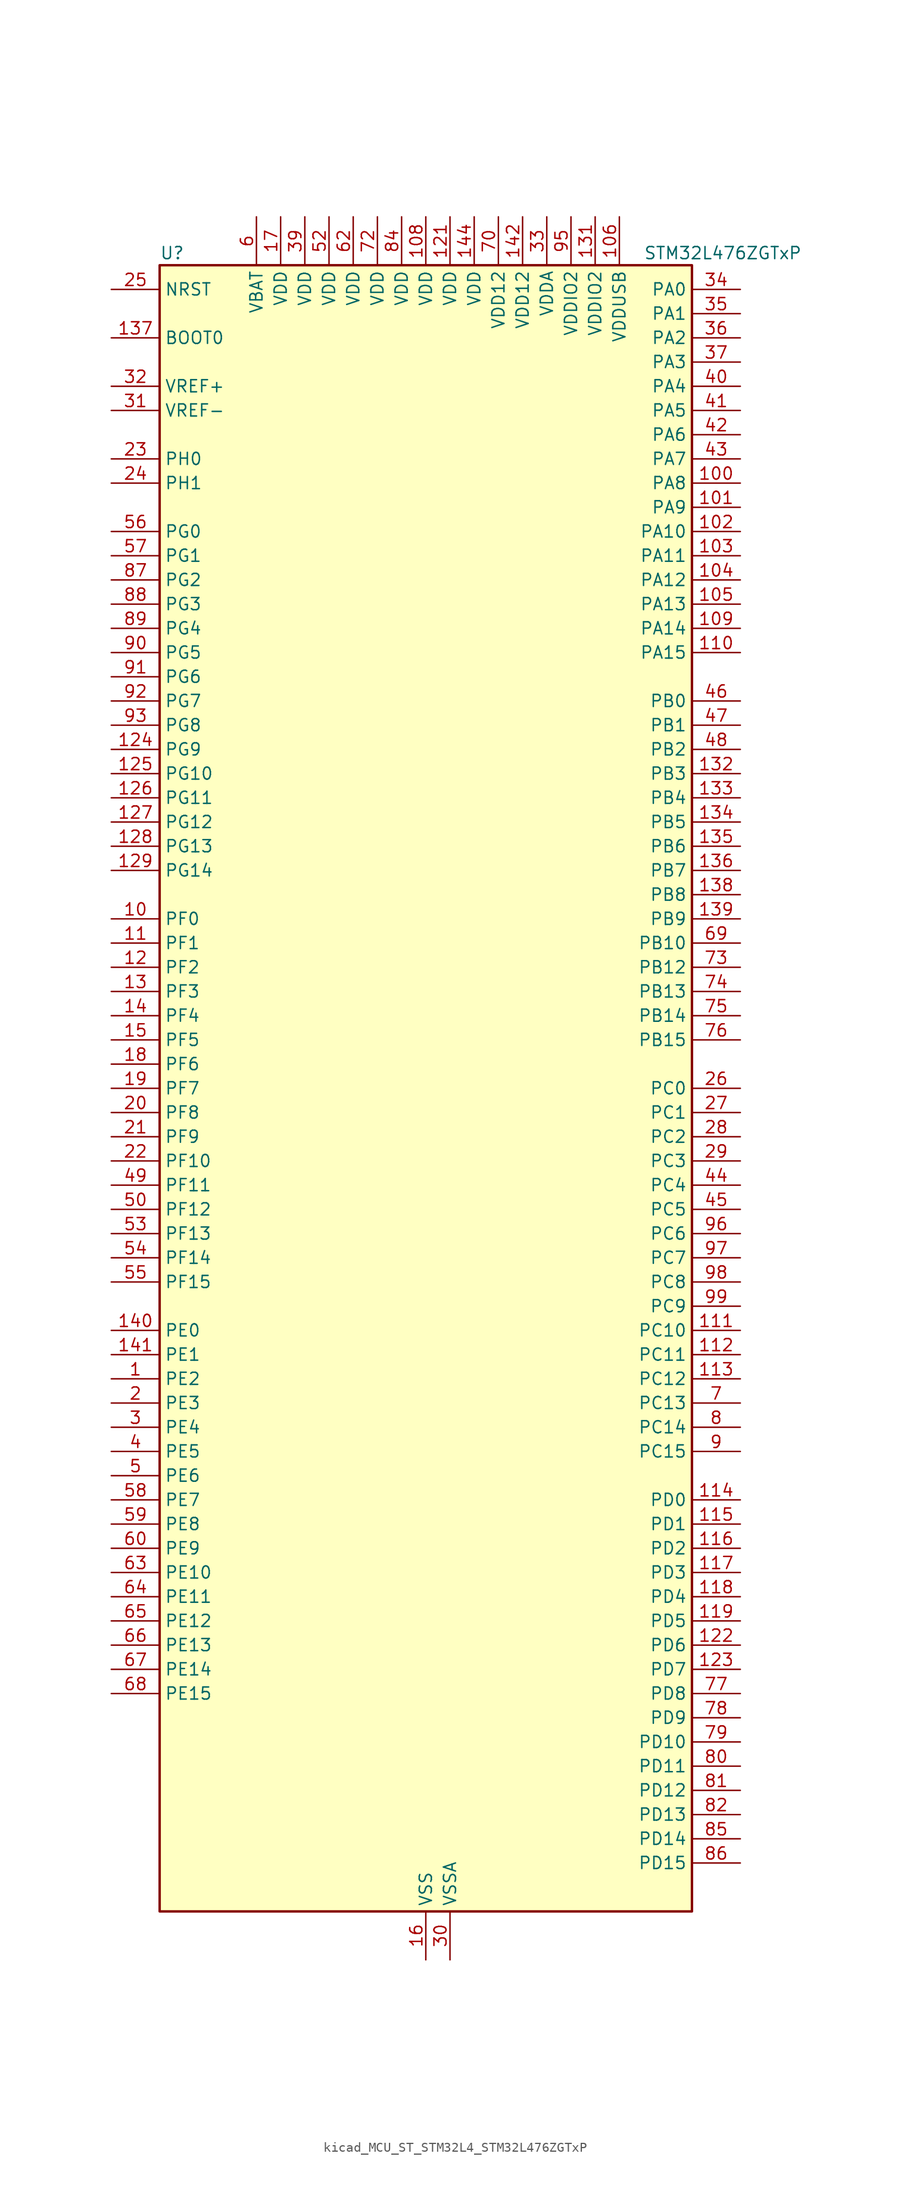
<source format=kicad_sym>
(kicad_symbol_lib
  (version 20220914)
  (generator kicad_symbol_editor)
  (symbol "kicad_MCU_ST_STM32L4_STM32L476ZGTxP"
    (property "Reference" "U"
      (at -27.94 87.63 0)
      (effects (font (size 1.27 1.27)) (justify left)))
    (property "Value" "STM32L476ZGTxP"
      (at 22.86 87.63 0)
      (effects (font (size 1.27 1.27)) (justify left)))
    (property "ki_locked" ""
      (at 0 0 0)
      (effects (font (size 1.27 1.27))))
    (symbol "kicad_MCU_ST_STM32L4_STM32L476ZGTxP_0_1"
      (rectangle (start -27.94 -86.36) (end 27.94 86.36) (stroke (width 0.254) (type default)) (fill (type background))))
    (symbol "kicad_MCU_ST_STM32L4_STM32L476ZGTxP_1_1"
      (pin bidirectional line (at -33.02 -30.48 0) (length 5.08) (name "PE2" (effects (font (size 1.27 1.27)))) (number "1" (effects (font (size 1.27 1.27)))) (alternate "FMC_A23" bidirectional line) (alternate "LCD_SEG38" bidirectional line) (alternate "SAI1_MCLK_A" bidirectional line) (alternate "SYS_TRACECLK" bidirectional line) (alternate "TIM3_ETR" bidirectional line) (alternate "TSC_G7_IO1" bidirectional line))
      (pin bidirectional line (at -33.02 17.78 0) (length 5.08) (name "PF0" (effects (font (size 1.27 1.27)))) (number "10" (effects (font (size 1.27 1.27)))) (alternate "FMC_A0" bidirectional line) (alternate "I2C2_SDA" bidirectional line))
      (pin bidirectional line (at 33.02 63.5 180) (length 5.08) (name "PA8" (effects (font (size 1.27 1.27)))) (number "100" (effects (font (size 1.27 1.27)))) (alternate "LCD_COM0" bidirectional line) (alternate "LPTIM2_OUT" bidirectional line) (alternate "RCC_MCO" bidirectional line) (alternate "TIM1_CH1" bidirectional line) (alternate "USART1_CK" bidirectional line) (alternate "USB_OTG_FS_SOF" bidirectional line))
      (pin bidirectional line (at 33.02 60.96 180) (length 5.08) (name "PA9" (effects (font (size 1.27 1.27)))) (number "101" (effects (font (size 1.27 1.27)))) (alternate "DAC1_EXTI9" bidirectional line) (alternate "LCD_COM1" bidirectional line) (alternate "TIM15_BKIN" bidirectional line) (alternate "TIM1_CH2" bidirectional line) (alternate "USART1_TX" bidirectional line) (alternate "USB_OTG_FS_VBUS" bidirectional line))
      (pin bidirectional line (at 33.02 58.42 180) (length 5.08) (name "PA10" (effects (font (size 1.27 1.27)))) (number "102" (effects (font (size 1.27 1.27)))) (alternate "LCD_COM2" bidirectional line) (alternate "TIM17_BKIN" bidirectional line) (alternate "TIM1_CH3" bidirectional line) (alternate "USART1_RX" bidirectional line) (alternate "USB_OTG_FS_ID" bidirectional line))
      (pin bidirectional line (at 33.02 55.88 180) (length 5.08) (name "PA11" (effects (font (size 1.27 1.27)))) (number "103" (effects (font (size 1.27 1.27)))) (alternate "ADC1_EXTI11" bidirectional line) (alternate "ADC2_EXTI11" bidirectional line) (alternate "ADC3_EXTI11" bidirectional line) (alternate "CAN1_RX" bidirectional line) (alternate "TIM1_BKIN2" bidirectional line) (alternate "TIM1_BKIN2_COMP1" bidirectional line) (alternate "TIM1_CH4" bidirectional line) (alternate "USART1_CTS" bidirectional line) (alternate "USB_OTG_FS_DM" bidirectional line))
      (pin bidirectional line (at 33.02 53.34 180) (length 5.08) (name "PA12" (effects (font (size 1.27 1.27)))) (number "104" (effects (font (size 1.27 1.27)))) (alternate "CAN1_TX" bidirectional line) (alternate "TIM1_ETR" bidirectional line) (alternate "USART1_DE" bidirectional line) (alternate "USART1_RTS" bidirectional line) (alternate "USB_OTG_FS_DP" bidirectional line))
      (pin bidirectional line (at 33.02 50.8 180) (length 5.08) (name "PA13" (effects (font (size 1.27 1.27)))) (number "105" (effects (font (size 1.27 1.27)))) (alternate "IR_OUT" bidirectional line) (alternate "SYS_JTMS-SWDIO" bidirectional line) (alternate "USB_OTG_FS_NOE" bidirectional line))
      (pin power_in line (at 20.32 91.44 270) (length 5.08) (name "VDDUSB" (effects (font (size 1.27 1.27)))) (number "106" (effects (font (size 1.27 1.27)))))
      (pin passive line (at 0 -91.44 90) (length 5.08) hide (name "VSS" (effects (font (size 1.27 1.27)))) (number "107" (effects (font (size 1.27 1.27)))))
      (pin power_in line (at 0 91.44 270) (length 5.08) (name "VDD" (effects (font (size 1.27 1.27)))) (number "108" (effects (font (size 1.27 1.27)))))
      (pin bidirectional line (at 33.02 48.26 180) (length 5.08) (name "PA14" (effects (font (size 1.27 1.27)))) (number "109" (effects (font (size 1.27 1.27)))) (alternate "SYS_JTCK-SWCLK" bidirectional line))
      (pin bidirectional line (at -33.02 15.24 0) (length 5.08) (name "PF1" (effects (font (size 1.27 1.27)))) (number "11" (effects (font (size 1.27 1.27)))) (alternate "FMC_A1" bidirectional line) (alternate "I2C2_SCL" bidirectional line))
      (pin bidirectional line (at 33.02 45.72 180) (length 5.08) (name "PA15" (effects (font (size 1.27 1.27)))) (number "110" (effects (font (size 1.27 1.27)))) (alternate "ADC1_EXTI15" bidirectional line) (alternate "ADC2_EXTI15" bidirectional line) (alternate "ADC3_EXTI15" bidirectional line) (alternate "LCD_SEG17" bidirectional line) (alternate "SAI2_FS_B" bidirectional line) (alternate "SPI1_NSS" bidirectional line) (alternate "SPI3_NSS" bidirectional line) (alternate "SYS_JTDI" bidirectional line) (alternate "TIM2_CH1" bidirectional line) (alternate "TIM2_ETR" bidirectional line) (alternate "TSC_G3_IO1" bidirectional line) (alternate "UART4_DE" bidirectional line) (alternate "UART4_RTS" bidirectional line))
      (pin bidirectional line (at 33.02 -25.4 180) (length 5.08) (name "PC10" (effects (font (size 1.27 1.27)))) (number "111" (effects (font (size 1.27 1.27)))) (alternate "LCD_COM4" bidirectional line) (alternate "LCD_SEG28" bidirectional line) (alternate "LCD_SEG40" bidirectional line) (alternate "SAI2_SCK_B" bidirectional line) (alternate "SDMMC1_D2" bidirectional line) (alternate "SPI3_SCK" bidirectional line) (alternate "TSC_G3_IO2" bidirectional line) (alternate "UART4_TX" bidirectional line) (alternate "USART3_TX" bidirectional line))
      (pin bidirectional line (at 33.02 -27.94 180) (length 5.08) (name "PC11" (effects (font (size 1.27 1.27)))) (number "112" (effects (font (size 1.27 1.27)))) (alternate "ADC1_EXTI11" bidirectional line) (alternate "ADC2_EXTI11" bidirectional line) (alternate "ADC3_EXTI11" bidirectional line) (alternate "LCD_COM5" bidirectional line) (alternate "LCD_SEG29" bidirectional line) (alternate "LCD_SEG41" bidirectional line) (alternate "SAI2_MCLK_B" bidirectional line) (alternate "SDMMC1_D3" bidirectional line) (alternate "SPI3_MISO" bidirectional line) (alternate "TSC_G3_IO3" bidirectional line) (alternate "UART4_RX" bidirectional line) (alternate "USART3_RX" bidirectional line))
      (pin bidirectional line (at 33.02 -30.48 180) (length 5.08) (name "PC12" (effects (font (size 1.27 1.27)))) (number "113" (effects (font (size 1.27 1.27)))) (alternate "LCD_COM6" bidirectional line) (alternate "LCD_SEG30" bidirectional line) (alternate "LCD_SEG42" bidirectional line) (alternate "SAI2_SD_B" bidirectional line) (alternate "SDMMC1_CK" bidirectional line) (alternate "SPI3_MOSI" bidirectional line) (alternate "TSC_G3_IO4" bidirectional line) (alternate "UART5_TX" bidirectional line) (alternate "USART3_CK" bidirectional line))
      (pin bidirectional line (at 33.02 -43.18 180) (length 5.08) (name "PD0" (effects (font (size 1.27 1.27)))) (number "114" (effects (font (size 1.27 1.27)))) (alternate "CAN1_RX" bidirectional line) (alternate "DFSDM1_DATIN7" bidirectional line) (alternate "FMC_D2" bidirectional line) (alternate "FMC_DA2" bidirectional line) (alternate "SPI2_NSS" bidirectional line))
      (pin bidirectional line (at 33.02 -45.72 180) (length 5.08) (name "PD1" (effects (font (size 1.27 1.27)))) (number "115" (effects (font (size 1.27 1.27)))) (alternate "CAN1_TX" bidirectional line) (alternate "DFSDM1_CKIN7" bidirectional line) (alternate "FMC_D3" bidirectional line) (alternate "FMC_DA3" bidirectional line) (alternate "SPI2_SCK" bidirectional line))
      (pin bidirectional line (at 33.02 -48.26 180) (length 5.08) (name "PD2" (effects (font (size 1.27 1.27)))) (number "116" (effects (font (size 1.27 1.27)))) (alternate "LCD_COM7" bidirectional line) (alternate "LCD_SEG31" bidirectional line) (alternate "LCD_SEG43" bidirectional line) (alternate "SDMMC1_CMD" bidirectional line) (alternate "TIM3_ETR" bidirectional line) (alternate "TSC_SYNC" bidirectional line) (alternate "UART5_RX" bidirectional line) (alternate "USART3_DE" bidirectional line) (alternate "USART3_RTS" bidirectional line))
      (pin bidirectional line (at 33.02 -50.8 180) (length 5.08) (name "PD3" (effects (font (size 1.27 1.27)))) (number "117" (effects (font (size 1.27 1.27)))) (alternate "DFSDM1_DATIN0" bidirectional line) (alternate "FMC_CLK" bidirectional line) (alternate "SPI2_MISO" bidirectional line) (alternate "USART2_CTS" bidirectional line))
      (pin bidirectional line (at 33.02 -53.34 180) (length 5.08) (name "PD4" (effects (font (size 1.27 1.27)))) (number "118" (effects (font (size 1.27 1.27)))) (alternate "DFSDM1_CKIN0" bidirectional line) (alternate "FMC_NOE" bidirectional line) (alternate "SPI2_MOSI" bidirectional line) (alternate "USART2_DE" bidirectional line) (alternate "USART2_RTS" bidirectional line))
      (pin bidirectional line (at 33.02 -55.88 180) (length 5.08) (name "PD5" (effects (font (size 1.27 1.27)))) (number "119" (effects (font (size 1.27 1.27)))) (alternate "FMC_NWE" bidirectional line) (alternate "USART2_TX" bidirectional line))
      (pin bidirectional line (at -33.02 12.7 0) (length 5.08) (name "PF2" (effects (font (size 1.27 1.27)))) (number "12" (effects (font (size 1.27 1.27)))) (alternate "FMC_A2" bidirectional line) (alternate "I2C2_SMBA" bidirectional line))
      (pin passive line (at 0 -91.44 90) (length 5.08) hide (name "VSS" (effects (font (size 1.27 1.27)))) (number "120" (effects (font (size 1.27 1.27)))))
      (pin power_in line (at 2.54 91.44 270) (length 5.08) (name "VDD" (effects (font (size 1.27 1.27)))) (number "121" (effects (font (size 1.27 1.27)))))
      (pin bidirectional line (at 33.02 -58.42 180) (length 5.08) (name "PD6" (effects (font (size 1.27 1.27)))) (number "122" (effects (font (size 1.27 1.27)))) (alternate "DFSDM1_DATIN1" bidirectional line) (alternate "FMC_NWAIT" bidirectional line) (alternate "SAI1_SD_A" bidirectional line) (alternate "USART2_RX" bidirectional line))
      (pin bidirectional line (at 33.02 -60.96 180) (length 5.08) (name "PD7" (effects (font (size 1.27 1.27)))) (number "123" (effects (font (size 1.27 1.27)))) (alternate "DFSDM1_CKIN1" bidirectional line) (alternate "FMC_NE1" bidirectional line) (alternate "USART2_CK" bidirectional line))
      (pin bidirectional line (at -33.02 35.56 0) (length 5.08) (name "PG9" (effects (font (size 1.27 1.27)))) (number "124" (effects (font (size 1.27 1.27)))) (alternate "DAC1_EXTI9" bidirectional line) (alternate "FMC_NCE3" bidirectional line) (alternate "FMC_NE2" bidirectional line) (alternate "SAI2_SCK_A" bidirectional line) (alternate "SPI3_SCK" bidirectional line) (alternate "TIM15_CH1N" bidirectional line) (alternate "USART1_TX" bidirectional line))
      (pin bidirectional line (at -33.02 33.02 0) (length 5.08) (name "PG10" (effects (font (size 1.27 1.27)))) (number "125" (effects (font (size 1.27 1.27)))) (alternate "FMC_NE3" bidirectional line) (alternate "LPTIM1_IN1" bidirectional line) (alternate "SAI2_FS_A" bidirectional line) (alternate "SPI3_MISO" bidirectional line) (alternate "TIM15_CH1" bidirectional line) (alternate "USART1_RX" bidirectional line))
      (pin bidirectional line (at -33.02 30.48 0) (length 5.08) (name "PG11" (effects (font (size 1.27 1.27)))) (number "126" (effects (font (size 1.27 1.27)))) (alternate "ADC1_EXTI11" bidirectional line) (alternate "ADC2_EXTI11" bidirectional line) (alternate "ADC3_EXTI11" bidirectional line) (alternate "LPTIM1_IN2" bidirectional line) (alternate "SAI2_MCLK_A" bidirectional line) (alternate "SPI3_MOSI" bidirectional line) (alternate "TIM15_CH2" bidirectional line) (alternate "USART1_CTS" bidirectional line))
      (pin bidirectional line (at -33.02 27.94 0) (length 5.08) (name "PG12" (effects (font (size 1.27 1.27)))) (number "127" (effects (font (size 1.27 1.27)))) (alternate "FMC_NE4" bidirectional line) (alternate "LPTIM1_ETR" bidirectional line) (alternate "SAI2_SD_A" bidirectional line) (alternate "SPI3_NSS" bidirectional line) (alternate "USART1_DE" bidirectional line) (alternate "USART1_RTS" bidirectional line))
      (pin bidirectional line (at -33.02 25.4 0) (length 5.08) (name "PG13" (effects (font (size 1.27 1.27)))) (number "128" (effects (font (size 1.27 1.27)))) (alternate "FMC_A24" bidirectional line) (alternate "I2C1_SDA" bidirectional line) (alternate "USART1_CK" bidirectional line))
      (pin bidirectional line (at -33.02 22.86 0) (length 5.08) (name "PG14" (effects (font (size 1.27 1.27)))) (number "129" (effects (font (size 1.27 1.27)))) (alternate "FMC_A25" bidirectional line) (alternate "I2C1_SCL" bidirectional line))
      (pin bidirectional line (at -33.02 10.16 0) (length 5.08) (name "PF3" (effects (font (size 1.27 1.27)))) (number "13" (effects (font (size 1.27 1.27)))) (alternate "ADC3_IN6" bidirectional line) (alternate "FMC_A3" bidirectional line))
      (pin passive line (at 0 -91.44 90) (length 5.08) hide (name "VSS" (effects (font (size 1.27 1.27)))) (number "130" (effects (font (size 1.27 1.27)))))
      (pin power_in line (at 17.78 91.44 270) (length 5.08) (name "VDDIO2" (effects (font (size 1.27 1.27)))) (number "131" (effects (font (size 1.27 1.27)))))
      (pin bidirectional line (at 33.02 33.02 180) (length 5.08) (name "PB3" (effects (font (size 1.27 1.27)))) (number "132" (effects (font (size 1.27 1.27)))) (alternate "COMP2_INM" bidirectional line) (alternate "LCD_SEG7" bidirectional line) (alternate "SAI1_SCK_B" bidirectional line) (alternate "SPI1_SCK" bidirectional line) (alternate "SPI3_SCK" bidirectional line) (alternate "SYS_JTDO-SWO" bidirectional line) (alternate "TIM2_CH2" bidirectional line) (alternate "USART1_DE" bidirectional line) (alternate "USART1_RTS" bidirectional line))
      (pin bidirectional line (at 33.02 30.48 180) (length 5.08) (name "PB4" (effects (font (size 1.27 1.27)))) (number "133" (effects (font (size 1.27 1.27)))) (alternate "COMP2_INP" bidirectional line) (alternate "LCD_SEG8" bidirectional line) (alternate "SAI1_MCLK_B" bidirectional line) (alternate "SPI1_MISO" bidirectional line) (alternate "SPI3_MISO" bidirectional line) (alternate "SYS_JTRST" bidirectional line) (alternate "TIM17_BKIN" bidirectional line) (alternate "TIM3_CH1" bidirectional line) (alternate "TSC_G2_IO1" bidirectional line) (alternate "UART5_DE" bidirectional line) (alternate "UART5_RTS" bidirectional line) (alternate "USART1_CTS" bidirectional line))
      (pin bidirectional line (at 33.02 27.94 180) (length 5.08) (name "PB5" (effects (font (size 1.27 1.27)))) (number "134" (effects (font (size 1.27 1.27)))) (alternate "COMP2_OUT" bidirectional line) (alternate "I2C1_SMBA" bidirectional line) (alternate "LCD_SEG9" bidirectional line) (alternate "LPTIM1_IN1" bidirectional line) (alternate "SAI1_SD_B" bidirectional line) (alternate "SPI1_MOSI" bidirectional line) (alternate "SPI3_MOSI" bidirectional line) (alternate "TIM16_BKIN" bidirectional line) (alternate "TIM3_CH2" bidirectional line) (alternate "TSC_G2_IO2" bidirectional line) (alternate "UART5_CTS" bidirectional line) (alternate "USART1_CK" bidirectional line))
      (pin bidirectional line (at 33.02 25.4 180) (length 5.08) (name "PB6" (effects (font (size 1.27 1.27)))) (number "135" (effects (font (size 1.27 1.27)))) (alternate "COMP2_INP" bidirectional line) (alternate "DFSDM1_DATIN5" bidirectional line) (alternate "I2C1_SCL" bidirectional line) (alternate "LPTIM1_ETR" bidirectional line) (alternate "SAI1_FS_B" bidirectional line) (alternate "TIM16_CH1N" bidirectional line) (alternate "TIM4_CH1" bidirectional line) (alternate "TIM8_BKIN2" bidirectional line) (alternate "TIM8_BKIN2_COMP2" bidirectional line) (alternate "TSC_G2_IO3" bidirectional line) (alternate "USART1_TX" bidirectional line))
      (pin bidirectional line (at 33.02 22.86 180) (length 5.08) (name "PB7" (effects (font (size 1.27 1.27)))) (number "136" (effects (font (size 1.27 1.27)))) (alternate "COMP2_INM" bidirectional line) (alternate "DFSDM1_CKIN5" bidirectional line) (alternate "FMC_NL" bidirectional line) (alternate "I2C1_SDA" bidirectional line) (alternate "LCD_SEG21" bidirectional line) (alternate "LPTIM1_IN2" bidirectional line) (alternate "SYS_PVD_IN" bidirectional line) (alternate "TIM17_CH1N" bidirectional line) (alternate "TIM4_CH2" bidirectional line) (alternate "TIM8_BKIN" bidirectional line) (alternate "TIM8_BKIN_COMP1" bidirectional line) (alternate "TSC_G2_IO4" bidirectional line) (alternate "UART4_CTS" bidirectional line) (alternate "USART1_RX" bidirectional line))
      (pin input line (at -33.02 78.74 0) (length 5.08) (name "BOOT0" (effects (font (size 1.27 1.27)))) (number "137" (effects (font (size 1.27 1.27)))))
      (pin bidirectional line (at 33.02 20.32 180) (length 5.08) (name "PB8" (effects (font (size 1.27 1.27)))) (number "138" (effects (font (size 1.27 1.27)))) (alternate "CAN1_RX" bidirectional line) (alternate "DFSDM1_DATIN6" bidirectional line) (alternate "I2C1_SCL" bidirectional line) (alternate "LCD_SEG16" bidirectional line) (alternate "SAI1_MCLK_A" bidirectional line) (alternate "SDMMC1_D4" bidirectional line) (alternate "TIM16_CH1" bidirectional line) (alternate "TIM4_CH3" bidirectional line))
      (pin bidirectional line (at 33.02 17.78 180) (length 5.08) (name "PB9" (effects (font (size 1.27 1.27)))) (number "139" (effects (font (size 1.27 1.27)))) (alternate "CAN1_TX" bidirectional line) (alternate "DAC1_EXTI9" bidirectional line) (alternate "DFSDM1_CKIN6" bidirectional line) (alternate "I2C1_SDA" bidirectional line) (alternate "IR_OUT" bidirectional line) (alternate "LCD_COM3" bidirectional line) (alternate "SAI1_FS_A" bidirectional line) (alternate "SDMMC1_D5" bidirectional line) (alternate "SPI2_NSS" bidirectional line) (alternate "TIM17_CH1" bidirectional line) (alternate "TIM4_CH4" bidirectional line))
      (pin bidirectional line (at -33.02 7.62 0) (length 5.08) (name "PF4" (effects (font (size 1.27 1.27)))) (number "14" (effects (font (size 1.27 1.27)))) (alternate "ADC3_IN7" bidirectional line) (alternate "FMC_A4" bidirectional line))
      (pin bidirectional line (at -33.02 -25.4 0) (length 5.08) (name "PE0" (effects (font (size 1.27 1.27)))) (number "140" (effects (font (size 1.27 1.27)))) (alternate "FMC_NBL0" bidirectional line) (alternate "LCD_SEG36" bidirectional line) (alternate "TIM16_CH1" bidirectional line) (alternate "TIM4_ETR" bidirectional line))
      (pin bidirectional line (at -33.02 -27.94 0) (length 5.08) (name "PE1" (effects (font (size 1.27 1.27)))) (number "141" (effects (font (size 1.27 1.27)))) (alternate "FMC_NBL1" bidirectional line) (alternate "LCD_SEG37" bidirectional line) (alternate "TIM17_CH1" bidirectional line))
      (pin power_in line (at 10.16 91.44 270) (length 5.08) (name "VDD12" (effects (font (size 1.27 1.27)))) (number "142" (effects (font (size 1.27 1.27)))))
      (pin passive line (at 0 -91.44 90) (length 5.08) hide (name "VSS" (effects (font (size 1.27 1.27)))) (number "143" (effects (font (size 1.27 1.27)))))
      (pin power_in line (at 5.08 91.44 270) (length 5.08) (name "VDD" (effects (font (size 1.27 1.27)))) (number "144" (effects (font (size 1.27 1.27)))))
      (pin bidirectional line (at -33.02 5.08 0) (length 5.08) (name "PF5" (effects (font (size 1.27 1.27)))) (number "15" (effects (font (size 1.27 1.27)))) (alternate "ADC3_IN8" bidirectional line) (alternate "FMC_A5" bidirectional line))
      (pin power_in line (at 0 -91.44 90) (length 5.08) (name "VSS" (effects (font (size 1.27 1.27)))) (number "16" (effects (font (size 1.27 1.27)))))
      (pin power_in line (at -15.24 91.44 270) (length 5.08) (name "VDD" (effects (font (size 1.27 1.27)))) (number "17" (effects (font (size 1.27 1.27)))))
      (pin bidirectional line (at -33.02 2.54 0) (length 5.08) (name "PF6" (effects (font (size 1.27 1.27)))) (number "18" (effects (font (size 1.27 1.27)))) (alternate "ADC3_IN9" bidirectional line) (alternate "SAI1_SD_B" bidirectional line) (alternate "TIM5_CH1" bidirectional line) (alternate "TIM5_ETR" bidirectional line))
      (pin bidirectional line (at -33.02 0 0) (length 5.08) (name "PF7" (effects (font (size 1.27 1.27)))) (number "19" (effects (font (size 1.27 1.27)))) (alternate "ADC3_IN10" bidirectional line) (alternate "SAI1_MCLK_B" bidirectional line) (alternate "TIM5_CH2" bidirectional line))
      (pin bidirectional line (at -33.02 -33.02 0) (length 5.08) (name "PE3" (effects (font (size 1.27 1.27)))) (number "2" (effects (font (size 1.27 1.27)))) (alternate "FMC_A19" bidirectional line) (alternate "LCD_SEG39" bidirectional line) (alternate "SAI1_SD_B" bidirectional line) (alternate "SYS_TRACED0" bidirectional line) (alternate "TIM3_CH1" bidirectional line) (alternate "TSC_G7_IO2" bidirectional line))
      (pin bidirectional line (at -33.02 -2.54 0) (length 5.08) (name "PF8" (effects (font (size 1.27 1.27)))) (number "20" (effects (font (size 1.27 1.27)))) (alternate "ADC3_IN11" bidirectional line) (alternate "SAI1_SCK_B" bidirectional line) (alternate "TIM5_CH3" bidirectional line))
      (pin bidirectional line (at -33.02 -5.08 0) (length 5.08) (name "PF9" (effects (font (size 1.27 1.27)))) (number "21" (effects (font (size 1.27 1.27)))) (alternate "ADC3_IN12" bidirectional line) (alternate "DAC1_EXTI9" bidirectional line) (alternate "SAI1_FS_B" bidirectional line) (alternate "TIM15_CH1" bidirectional line) (alternate "TIM5_CH4" bidirectional line))
      (pin bidirectional line (at -33.02 -7.62 0) (length 5.08) (name "PF10" (effects (font (size 1.27 1.27)))) (number "22" (effects (font (size 1.27 1.27)))) (alternate "ADC3_IN13" bidirectional line) (alternate "TIM15_CH2" bidirectional line))
      (pin bidirectional line (at -33.02 66.04 0) (length 5.08) (name "PH0" (effects (font (size 1.27 1.27)))) (number "23" (effects (font (size 1.27 1.27)))) (alternate "RCC_OSC_IN" bidirectional line))
      (pin bidirectional line (at -33.02 63.5 0) (length 5.08) (name "PH1" (effects (font (size 1.27 1.27)))) (number "24" (effects (font (size 1.27 1.27)))) (alternate "RCC_OSC_OUT" bidirectional line))
      (pin input line (at -33.02 83.82 0) (length 5.08) (name "NRST" (effects (font (size 1.27 1.27)))) (number "25" (effects (font (size 1.27 1.27)))))
      (pin bidirectional line (at 33.02 0 180) (length 5.08) (name "PC0" (effects (font (size 1.27 1.27)))) (number "26" (effects (font (size 1.27 1.27)))) (alternate "ADC1_IN1" bidirectional line) (alternate "ADC2_IN1" bidirectional line) (alternate "ADC3_IN1" bidirectional line) (alternate "DFSDM1_DATIN4" bidirectional line) (alternate "I2C3_SCL" bidirectional line) (alternate "LCD_SEG18" bidirectional line) (alternate "LPTIM1_IN1" bidirectional line) (alternate "LPTIM2_IN1" bidirectional line) (alternate "LPUART1_RX" bidirectional line))
      (pin bidirectional line (at 33.02 -2.54 180) (length 5.08) (name "PC1" (effects (font (size 1.27 1.27)))) (number "27" (effects (font (size 1.27 1.27)))) (alternate "ADC1_IN2" bidirectional line) (alternate "ADC2_IN2" bidirectional line) (alternate "ADC3_IN2" bidirectional line) (alternate "DFSDM1_CKIN4" bidirectional line) (alternate "I2C3_SDA" bidirectional line) (alternate "LCD_SEG19" bidirectional line) (alternate "LPTIM1_OUT" bidirectional line) (alternate "LPUART1_TX" bidirectional line))
      (pin bidirectional line (at 33.02 -5.08 180) (length 5.08) (name "PC2" (effects (font (size 1.27 1.27)))) (number "28" (effects (font (size 1.27 1.27)))) (alternate "ADC1_IN3" bidirectional line) (alternate "ADC2_IN3" bidirectional line) (alternate "ADC3_IN3" bidirectional line) (alternate "DFSDM1_CKOUT" bidirectional line) (alternate "LCD_SEG20" bidirectional line) (alternate "LPTIM1_IN2" bidirectional line) (alternate "SPI2_MISO" bidirectional line))
      (pin bidirectional line (at 33.02 -7.62 180) (length 5.08) (name "PC3" (effects (font (size 1.27 1.27)))) (number "29" (effects (font (size 1.27 1.27)))) (alternate "ADC1_IN4" bidirectional line) (alternate "ADC2_IN4" bidirectional line) (alternate "ADC3_IN4" bidirectional line) (alternate "LCD_VLCD" bidirectional line) (alternate "LPTIM1_ETR" bidirectional line) (alternate "LPTIM2_ETR" bidirectional line) (alternate "SAI1_SD_A" bidirectional line) (alternate "SPI2_MOSI" bidirectional line))
      (pin bidirectional line (at -33.02 -35.56 0) (length 5.08) (name "PE4" (effects (font (size 1.27 1.27)))) (number "3" (effects (font (size 1.27 1.27)))) (alternate "DFSDM1_DATIN3" bidirectional line) (alternate "FMC_A20" bidirectional line) (alternate "SAI1_FS_A" bidirectional line) (alternate "SYS_TRACED1" bidirectional line) (alternate "TIM3_CH2" bidirectional line) (alternate "TSC_G7_IO3" bidirectional line))
      (pin power_in line (at 2.54 -91.44 90) (length 5.08) (name "VSSA" (effects (font (size 1.27 1.27)))) (number "30" (effects (font (size 1.27 1.27)))))
      (pin input line (at -33.02 71.12 0) (length 5.08) (name "VREF-" (effects (font (size 1.27 1.27)))) (number "31" (effects (font (size 1.27 1.27)))))
      (pin input line (at -33.02 73.66 0) (length 5.08) (name "VREF+" (effects (font (size 1.27 1.27)))) (number "32" (effects (font (size 1.27 1.27)))) (alternate "VREFBUF_OUT" bidirectional line))
      (pin power_in line (at 12.7 91.44 270) (length 5.08) (name "VDDA" (effects (font (size 1.27 1.27)))) (number "33" (effects (font (size 1.27 1.27)))))
      (pin bidirectional line (at 33.02 83.82 180) (length 5.08) (name "PA0" (effects (font (size 1.27 1.27)))) (number "34" (effects (font (size 1.27 1.27)))) (alternate "ADC1_IN5" bidirectional line) (alternate "ADC2_IN5" bidirectional line) (alternate "OPAMP1_VINP" bidirectional line) (alternate "RTC_TAMP2" bidirectional line) (alternate "SAI1_EXTCLK" bidirectional line) (alternate "SYS_WKUP1" bidirectional line) (alternate "TIM2_CH1" bidirectional line) (alternate "TIM2_ETR" bidirectional line) (alternate "TIM5_CH1" bidirectional line) (alternate "TIM8_ETR" bidirectional line) (alternate "UART4_TX" bidirectional line) (alternate "USART2_CTS" bidirectional line))
      (pin bidirectional line (at 33.02 81.28 180) (length 5.08) (name "PA1" (effects (font (size 1.27 1.27)))) (number "35" (effects (font (size 1.27 1.27)))) (alternate "ADC1_IN6" bidirectional line) (alternate "ADC2_IN6" bidirectional line) (alternate "LCD_SEG0" bidirectional line) (alternate "OPAMP1_VINM" bidirectional line) (alternate "TIM15_CH1N" bidirectional line) (alternate "TIM2_CH2" bidirectional line) (alternate "TIM5_CH2" bidirectional line) (alternate "UART4_RX" bidirectional line) (alternate "USART2_DE" bidirectional line) (alternate "USART2_RTS" bidirectional line))
      (pin bidirectional line (at 33.02 78.74 180) (length 5.08) (name "PA2" (effects (font (size 1.27 1.27)))) (number "36" (effects (font (size 1.27 1.27)))) (alternate "ADC1_IN7" bidirectional line) (alternate "ADC2_IN7" bidirectional line) (alternate "LCD_SEG1" bidirectional line) (alternate "RCC_LSCO" bidirectional line) (alternate "SAI2_EXTCLK" bidirectional line) (alternate "SYS_WKUP4" bidirectional line) (alternate "TIM15_CH1" bidirectional line) (alternate "TIM2_CH3" bidirectional line) (alternate "TIM5_CH3" bidirectional line) (alternate "USART2_TX" bidirectional line))
      (pin bidirectional line (at 33.02 76.2 180) (length 5.08) (name "PA3" (effects (font (size 1.27 1.27)))) (number "37" (effects (font (size 1.27 1.27)))) (alternate "ADC1_IN8" bidirectional line) (alternate "ADC2_IN8" bidirectional line) (alternate "LCD_SEG2" bidirectional line) (alternate "OPAMP1_VOUT" bidirectional line) (alternate "TIM15_CH2" bidirectional line) (alternate "TIM2_CH4" bidirectional line) (alternate "TIM5_CH4" bidirectional line) (alternate "USART2_RX" bidirectional line))
      (pin passive line (at 0 -91.44 90) (length 5.08) hide (name "VSS" (effects (font (size 1.27 1.27)))) (number "38" (effects (font (size 1.27 1.27)))))
      (pin power_in line (at -12.7 91.44 270) (length 5.08) (name "VDD" (effects (font (size 1.27 1.27)))) (number "39" (effects (font (size 1.27 1.27)))))
      (pin bidirectional line (at -33.02 -38.1 0) (length 5.08) (name "PE5" (effects (font (size 1.27 1.27)))) (number "4" (effects (font (size 1.27 1.27)))) (alternate "DFSDM1_CKIN3" bidirectional line) (alternate "FMC_A21" bidirectional line) (alternate "SAI1_SCK_A" bidirectional line) (alternate "SYS_TRACED2" bidirectional line) (alternate "TIM3_CH3" bidirectional line) (alternate "TSC_G7_IO4" bidirectional line))
      (pin bidirectional line (at 33.02 73.66 180) (length 5.08) (name "PA4" (effects (font (size 1.27 1.27)))) (number "40" (effects (font (size 1.27 1.27)))) (alternate "ADC1_IN9" bidirectional line) (alternate "ADC2_IN9" bidirectional line) (alternate "DAC1_OUT1" bidirectional line) (alternate "LPTIM2_OUT" bidirectional line) (alternate "SAI1_FS_B" bidirectional line) (alternate "SPI1_NSS" bidirectional line) (alternate "SPI3_NSS" bidirectional line) (alternate "USART2_CK" bidirectional line))
      (pin bidirectional line (at 33.02 71.12 180) (length 5.08) (name "PA5" (effects (font (size 1.27 1.27)))) (number "41" (effects (font (size 1.27 1.27)))) (alternate "ADC1_IN10" bidirectional line) (alternate "ADC2_IN10" bidirectional line) (alternate "DAC1_OUT2" bidirectional line) (alternate "LPTIM2_ETR" bidirectional line) (alternate "SPI1_SCK" bidirectional line) (alternate "TIM2_CH1" bidirectional line) (alternate "TIM2_ETR" bidirectional line) (alternate "TIM8_CH1N" bidirectional line))
      (pin bidirectional line (at 33.02 68.58 180) (length 5.08) (name "PA6" (effects (font (size 1.27 1.27)))) (number "42" (effects (font (size 1.27 1.27)))) (alternate "ADC1_IN11" bidirectional line) (alternate "ADC2_IN11" bidirectional line) (alternate "LCD_SEG3" bidirectional line) (alternate "OPAMP2_VINP" bidirectional line) (alternate "QUADSPI_BK1_IO3" bidirectional line) (alternate "SPI1_MISO" bidirectional line) (alternate "TIM16_CH1" bidirectional line) (alternate "TIM1_BKIN" bidirectional line) (alternate "TIM1_BKIN_COMP2" bidirectional line) (alternate "TIM3_CH1" bidirectional line) (alternate "TIM8_BKIN" bidirectional line) (alternate "TIM8_BKIN_COMP2" bidirectional line) (alternate "USART3_CTS" bidirectional line))
      (pin bidirectional line (at 33.02 66.04 180) (length 5.08) (name "PA7" (effects (font (size 1.27 1.27)))) (number "43" (effects (font (size 1.27 1.27)))) (alternate "ADC1_IN12" bidirectional line) (alternate "ADC2_IN12" bidirectional line) (alternate "LCD_SEG4" bidirectional line) (alternate "OPAMP2_VINM" bidirectional line) (alternate "QUADSPI_BK1_IO2" bidirectional line) (alternate "SPI1_MOSI" bidirectional line) (alternate "TIM17_CH1" bidirectional line) (alternate "TIM1_CH1N" bidirectional line) (alternate "TIM3_CH2" bidirectional line) (alternate "TIM8_CH1N" bidirectional line))
      (pin bidirectional line (at 33.02 -10.16 180) (length 5.08) (name "PC4" (effects (font (size 1.27 1.27)))) (number "44" (effects (font (size 1.27 1.27)))) (alternate "ADC1_IN13" bidirectional line) (alternate "ADC2_IN13" bidirectional line) (alternate "COMP1_INM" bidirectional line) (alternate "LCD_SEG22" bidirectional line) (alternate "USART3_TX" bidirectional line))
      (pin bidirectional line (at 33.02 -12.7 180) (length 5.08) (name "PC5" (effects (font (size 1.27 1.27)))) (number "45" (effects (font (size 1.27 1.27)))) (alternate "ADC1_IN14" bidirectional line) (alternate "ADC2_IN14" bidirectional line) (alternate "COMP1_INP" bidirectional line) (alternate "LCD_SEG23" bidirectional line) (alternate "SYS_WKUP5" bidirectional line) (alternate "USART3_RX" bidirectional line))
      (pin bidirectional line (at 33.02 40.64 180) (length 5.08) (name "PB0" (effects (font (size 1.27 1.27)))) (number "46" (effects (font (size 1.27 1.27)))) (alternate "ADC1_IN15" bidirectional line) (alternate "ADC2_IN15" bidirectional line) (alternate "COMP1_OUT" bidirectional line) (alternate "LCD_SEG5" bidirectional line) (alternate "OPAMP2_VOUT" bidirectional line) (alternate "QUADSPI_BK1_IO1" bidirectional line) (alternate "TIM1_CH2N" bidirectional line) (alternate "TIM3_CH3" bidirectional line) (alternate "TIM8_CH2N" bidirectional line) (alternate "USART3_CK" bidirectional line))
      (pin bidirectional line (at 33.02 38.1 180) (length 5.08) (name "PB1" (effects (font (size 1.27 1.27)))) (number "47" (effects (font (size 1.27 1.27)))) (alternate "ADC1_IN16" bidirectional line) (alternate "ADC2_IN16" bidirectional line) (alternate "COMP1_INM" bidirectional line) (alternate "DFSDM1_DATIN0" bidirectional line) (alternate "LCD_SEG6" bidirectional line) (alternate "LPTIM2_IN1" bidirectional line) (alternate "QUADSPI_BK1_IO0" bidirectional line) (alternate "TIM1_CH3N" bidirectional line) (alternate "TIM3_CH4" bidirectional line) (alternate "TIM8_CH3N" bidirectional line) (alternate "USART3_DE" bidirectional line) (alternate "USART3_RTS" bidirectional line))
      (pin bidirectional line (at 33.02 35.56 180) (length 5.08) (name "PB2" (effects (font (size 1.27 1.27)))) (number "48" (effects (font (size 1.27 1.27)))) (alternate "COMP1_INP" bidirectional line) (alternate "DFSDM1_CKIN0" bidirectional line) (alternate "I2C3_SMBA" bidirectional line) (alternate "LPTIM1_OUT" bidirectional line) (alternate "RTC_OUT_ALARM" bidirectional line) (alternate "RTC_OUT_CALIB" bidirectional line))
      (pin bidirectional line (at -33.02 -10.16 0) (length 5.08) (name "PF11" (effects (font (size 1.27 1.27)))) (number "49" (effects (font (size 1.27 1.27)))) (alternate "ADC1_EXTI11" bidirectional line) (alternate "ADC2_EXTI11" bidirectional line) (alternate "ADC3_EXTI11" bidirectional line))
      (pin bidirectional line (at -33.02 -40.64 0) (length 5.08) (name "PE6" (effects (font (size 1.27 1.27)))) (number "5" (effects (font (size 1.27 1.27)))) (alternate "FMC_A22" bidirectional line) (alternate "RTC_TAMP3" bidirectional line) (alternate "SAI1_SD_A" bidirectional line) (alternate "SYS_TRACED3" bidirectional line) (alternate "SYS_WKUP3" bidirectional line) (alternate "TIM3_CH4" bidirectional line))
      (pin bidirectional line (at -33.02 -12.7 0) (length 5.08) (name "PF12" (effects (font (size 1.27 1.27)))) (number "50" (effects (font (size 1.27 1.27)))) (alternate "FMC_A6" bidirectional line))
      (pin passive line (at 0 -91.44 90) (length 5.08) hide (name "VSS" (effects (font (size 1.27 1.27)))) (number "51" (effects (font (size 1.27 1.27)))))
      (pin power_in line (at -10.16 91.44 270) (length 5.08) (name "VDD" (effects (font (size 1.27 1.27)))) (number "52" (effects (font (size 1.27 1.27)))))
      (pin bidirectional line (at -33.02 -15.24 0) (length 5.08) (name "PF13" (effects (font (size 1.27 1.27)))) (number "53" (effects (font (size 1.27 1.27)))) (alternate "DFSDM1_DATIN6" bidirectional line) (alternate "FMC_A7" bidirectional line))
      (pin bidirectional line (at -33.02 -17.78 0) (length 5.08) (name "PF14" (effects (font (size 1.27 1.27)))) (number "54" (effects (font (size 1.27 1.27)))) (alternate "DFSDM1_CKIN6" bidirectional line) (alternate "FMC_A8" bidirectional line) (alternate "TSC_G8_IO1" bidirectional line))
      (pin bidirectional line (at -33.02 -20.32 0) (length 5.08) (name "PF15" (effects (font (size 1.27 1.27)))) (number "55" (effects (font (size 1.27 1.27)))) (alternate "ADC1_EXTI15" bidirectional line) (alternate "ADC2_EXTI15" bidirectional line) (alternate "ADC3_EXTI15" bidirectional line) (alternate "FMC_A9" bidirectional line) (alternate "TSC_G8_IO2" bidirectional line))
      (pin bidirectional line (at -33.02 58.42 0) (length 5.08) (name "PG0" (effects (font (size 1.27 1.27)))) (number "56" (effects (font (size 1.27 1.27)))) (alternate "FMC_A10" bidirectional line) (alternate "TSC_G8_IO3" bidirectional line))
      (pin bidirectional line (at -33.02 55.88 0) (length 5.08) (name "PG1" (effects (font (size 1.27 1.27)))) (number "57" (effects (font (size 1.27 1.27)))) (alternate "FMC_A11" bidirectional line) (alternate "TSC_G8_IO4" bidirectional line))
      (pin bidirectional line (at -33.02 -43.18 0) (length 5.08) (name "PE7" (effects (font (size 1.27 1.27)))) (number "58" (effects (font (size 1.27 1.27)))) (alternate "DFSDM1_DATIN2" bidirectional line) (alternate "FMC_D4" bidirectional line) (alternate "FMC_DA4" bidirectional line) (alternate "SAI1_SD_B" bidirectional line) (alternate "TIM1_ETR" bidirectional line))
      (pin bidirectional line (at -33.02 -45.72 0) (length 5.08) (name "PE8" (effects (font (size 1.27 1.27)))) (number "59" (effects (font (size 1.27 1.27)))) (alternate "DFSDM1_CKIN2" bidirectional line) (alternate "FMC_D5" bidirectional line) (alternate "FMC_DA5" bidirectional line) (alternate "SAI1_SCK_B" bidirectional line) (alternate "TIM1_CH1N" bidirectional line))
      (pin power_in line (at -17.78 91.44 270) (length 5.08) (name "VBAT" (effects (font (size 1.27 1.27)))) (number "6" (effects (font (size 1.27 1.27)))))
      (pin bidirectional line (at -33.02 -48.26 0) (length 5.08) (name "PE9" (effects (font (size 1.27 1.27)))) (number "60" (effects (font (size 1.27 1.27)))) (alternate "DAC1_EXTI9" bidirectional line) (alternate "DFSDM1_CKOUT" bidirectional line) (alternate "FMC_D6" bidirectional line) (alternate "FMC_DA6" bidirectional line) (alternate "SAI1_FS_B" bidirectional line) (alternate "TIM1_CH1" bidirectional line))
      (pin passive line (at 0 -91.44 90) (length 5.08) hide (name "VSS" (effects (font (size 1.27 1.27)))) (number "61" (effects (font (size 1.27 1.27)))))
      (pin power_in line (at -7.62 91.44 270) (length 5.08) (name "VDD" (effects (font (size 1.27 1.27)))) (number "62" (effects (font (size 1.27 1.27)))))
      (pin bidirectional line (at -33.02 -50.8 0) (length 5.08) (name "PE10" (effects (font (size 1.27 1.27)))) (number "63" (effects (font (size 1.27 1.27)))) (alternate "DFSDM1_DATIN4" bidirectional line) (alternate "FMC_D7" bidirectional line) (alternate "FMC_DA7" bidirectional line) (alternate "QUADSPI_CLK" bidirectional line) (alternate "SAI1_MCLK_B" bidirectional line) (alternate "TIM1_CH2N" bidirectional line) (alternate "TSC_G5_IO1" bidirectional line))
      (pin bidirectional line (at -33.02 -53.34 0) (length 5.08) (name "PE11" (effects (font (size 1.27 1.27)))) (number "64" (effects (font (size 1.27 1.27)))) (alternate "ADC1_EXTI11" bidirectional line) (alternate "ADC2_EXTI11" bidirectional line) (alternate "ADC3_EXTI11" bidirectional line) (alternate "DFSDM1_CKIN4" bidirectional line) (alternate "FMC_D8" bidirectional line) (alternate "FMC_DA8" bidirectional line) (alternate "QUADSPI_NCS" bidirectional line) (alternate "TIM1_CH2" bidirectional line) (alternate "TSC_G5_IO2" bidirectional line))
      (pin bidirectional line (at -33.02 -55.88 0) (length 5.08) (name "PE12" (effects (font (size 1.27 1.27)))) (number "65" (effects (font (size 1.27 1.27)))) (alternate "DFSDM1_DATIN5" bidirectional line) (alternate "FMC_D9" bidirectional line) (alternate "FMC_DA9" bidirectional line) (alternate "QUADSPI_BK1_IO0" bidirectional line) (alternate "SPI1_NSS" bidirectional line) (alternate "TIM1_CH3N" bidirectional line) (alternate "TSC_G5_IO3" bidirectional line))
      (pin bidirectional line (at -33.02 -58.42 0) (length 5.08) (name "PE13" (effects (font (size 1.27 1.27)))) (number "66" (effects (font (size 1.27 1.27)))) (alternate "DFSDM1_CKIN5" bidirectional line) (alternate "FMC_D10" bidirectional line) (alternate "FMC_DA10" bidirectional line) (alternate "QUADSPI_BK1_IO1" bidirectional line) (alternate "SPI1_SCK" bidirectional line) (alternate "TIM1_CH3" bidirectional line) (alternate "TSC_G5_IO4" bidirectional line))
      (pin bidirectional line (at -33.02 -60.96 0) (length 5.08) (name "PE14" (effects (font (size 1.27 1.27)))) (number "67" (effects (font (size 1.27 1.27)))) (alternate "FMC_D11" bidirectional line) (alternate "FMC_DA11" bidirectional line) (alternate "QUADSPI_BK1_IO2" bidirectional line) (alternate "SPI1_MISO" bidirectional line) (alternate "TIM1_BKIN2" bidirectional line) (alternate "TIM1_BKIN2_COMP2" bidirectional line) (alternate "TIM1_CH4" bidirectional line))
      (pin bidirectional line (at -33.02 -63.5 0) (length 5.08) (name "PE15" (effects (font (size 1.27 1.27)))) (number "68" (effects (font (size 1.27 1.27)))) (alternate "ADC1_EXTI15" bidirectional line) (alternate "ADC2_EXTI15" bidirectional line) (alternate "ADC3_EXTI15" bidirectional line) (alternate "FMC_D12" bidirectional line) (alternate "FMC_DA12" bidirectional line) (alternate "QUADSPI_BK1_IO3" bidirectional line) (alternate "SPI1_MOSI" bidirectional line) (alternate "TIM1_BKIN" bidirectional line) (alternate "TIM1_BKIN_COMP1" bidirectional line))
      (pin bidirectional line (at 33.02 15.24 180) (length 5.08) (name "PB10" (effects (font (size 1.27 1.27)))) (number "69" (effects (font (size 1.27 1.27)))) (alternate "COMP1_OUT" bidirectional line) (alternate "DFSDM1_DATIN7" bidirectional line) (alternate "I2C2_SCL" bidirectional line) (alternate "LCD_SEG10" bidirectional line) (alternate "LPUART1_RX" bidirectional line) (alternate "QUADSPI_CLK" bidirectional line) (alternate "SAI1_SCK_A" bidirectional line) (alternate "SPI2_SCK" bidirectional line) (alternate "TIM2_CH3" bidirectional line) (alternate "USART3_TX" bidirectional line))
      (pin bidirectional line (at 33.02 -33.02 180) (length 5.08) (name "PC13" (effects (font (size 1.27 1.27)))) (number "7" (effects (font (size 1.27 1.27)))) (alternate "RTC_OUT_ALARM" bidirectional line) (alternate "RTC_OUT_CALIB" bidirectional line) (alternate "RTC_TAMP1" bidirectional line) (alternate "RTC_TS" bidirectional line) (alternate "SYS_WKUP2" bidirectional line))
      (pin power_in line (at 7.62 91.44 270) (length 5.08) (name "VDD12" (effects (font (size 1.27 1.27)))) (number "70" (effects (font (size 1.27 1.27)))))
      (pin passive line (at 0 -91.44 90) (length 5.08) hide (name "VSS" (effects (font (size 1.27 1.27)))) (number "71" (effects (font (size 1.27 1.27)))))
      (pin power_in line (at -5.08 91.44 270) (length 5.08) (name "VDD" (effects (font (size 1.27 1.27)))) (number "72" (effects (font (size 1.27 1.27)))))
      (pin bidirectional line (at 33.02 12.7 180) (length 5.08) (name "PB12" (effects (font (size 1.27 1.27)))) (number "73" (effects (font (size 1.27 1.27)))) (alternate "DFSDM1_DATIN1" bidirectional line) (alternate "I2C2_SMBA" bidirectional line) (alternate "LCD_SEG12" bidirectional line) (alternate "LPUART1_DE" bidirectional line) (alternate "LPUART1_RTS" bidirectional line) (alternate "SAI2_FS_A" bidirectional line) (alternate "SPI2_NSS" bidirectional line) (alternate "SWPMI1_IO" bidirectional line) (alternate "TIM15_BKIN" bidirectional line) (alternate "TIM1_BKIN" bidirectional line) (alternate "TIM1_BKIN_COMP2" bidirectional line) (alternate "TSC_G1_IO1" bidirectional line) (alternate "USART3_CK" bidirectional line))
      (pin bidirectional line (at 33.02 10.16 180) (length 5.08) (name "PB13" (effects (font (size 1.27 1.27)))) (number "74" (effects (font (size 1.27 1.27)))) (alternate "DFSDM1_CKIN1" bidirectional line) (alternate "I2C2_SCL" bidirectional line) (alternate "LCD_SEG13" bidirectional line) (alternate "LPUART1_CTS" bidirectional line) (alternate "SAI2_SCK_A" bidirectional line) (alternate "SPI2_SCK" bidirectional line) (alternate "SWPMI1_TX" bidirectional line) (alternate "TIM15_CH1N" bidirectional line) (alternate "TIM1_CH1N" bidirectional line) (alternate "TSC_G1_IO2" bidirectional line) (alternate "USART3_CTS" bidirectional line))
      (pin bidirectional line (at 33.02 7.62 180) (length 5.08) (name "PB14" (effects (font (size 1.27 1.27)))) (number "75" (effects (font (size 1.27 1.27)))) (alternate "DFSDM1_DATIN2" bidirectional line) (alternate "I2C2_SDA" bidirectional line) (alternate "LCD_SEG14" bidirectional line) (alternate "SAI2_MCLK_A" bidirectional line) (alternate "SPI2_MISO" bidirectional line) (alternate "SWPMI1_RX" bidirectional line) (alternate "TIM15_CH1" bidirectional line) (alternate "TIM1_CH2N" bidirectional line) (alternate "TIM8_CH2N" bidirectional line) (alternate "TSC_G1_IO3" bidirectional line) (alternate "USART3_DE" bidirectional line) (alternate "USART3_RTS" bidirectional line))
      (pin bidirectional line (at 33.02 5.08 180) (length 5.08) (name "PB15" (effects (font (size 1.27 1.27)))) (number "76" (effects (font (size 1.27 1.27)))) (alternate "ADC1_EXTI15" bidirectional line) (alternate "ADC2_EXTI15" bidirectional line) (alternate "ADC3_EXTI15" bidirectional line) (alternate "DFSDM1_CKIN2" bidirectional line) (alternate "LCD_SEG15" bidirectional line) (alternate "RTC_REFIN" bidirectional line) (alternate "SAI2_SD_A" bidirectional line) (alternate "SPI2_MOSI" bidirectional line) (alternate "SWPMI1_SUSPEND" bidirectional line) (alternate "TIM15_CH2" bidirectional line) (alternate "TIM1_CH3N" bidirectional line) (alternate "TIM8_CH3N" bidirectional line) (alternate "TSC_G1_IO4" bidirectional line))
      (pin bidirectional line (at 33.02 -63.5 180) (length 5.08) (name "PD8" (effects (font (size 1.27 1.27)))) (number "77" (effects (font (size 1.27 1.27)))) (alternate "FMC_D13" bidirectional line) (alternate "FMC_DA13" bidirectional line) (alternate "LCD_SEG28" bidirectional line) (alternate "USART3_TX" bidirectional line))
      (pin bidirectional line (at 33.02 -66.04 180) (length 5.08) (name "PD9" (effects (font (size 1.27 1.27)))) (number "78" (effects (font (size 1.27 1.27)))) (alternate "DAC1_EXTI9" bidirectional line) (alternate "FMC_D14" bidirectional line) (alternate "FMC_DA14" bidirectional line) (alternate "LCD_SEG29" bidirectional line) (alternate "SAI2_MCLK_A" bidirectional line) (alternate "USART3_RX" bidirectional line))
      (pin bidirectional line (at 33.02 -68.58 180) (length 5.08) (name "PD10" (effects (font (size 1.27 1.27)))) (number "79" (effects (font (size 1.27 1.27)))) (alternate "FMC_D15" bidirectional line) (alternate "FMC_DA15" bidirectional line) (alternate "LCD_SEG30" bidirectional line) (alternate "SAI2_SCK_A" bidirectional line) (alternate "TSC_G6_IO1" bidirectional line) (alternate "USART3_CK" bidirectional line))
      (pin bidirectional line (at 33.02 -35.56 180) (length 5.08) (name "PC14" (effects (font (size 1.27 1.27)))) (number "8" (effects (font (size 1.27 1.27)))) (alternate "RCC_OSC32_IN" bidirectional line))
      (pin bidirectional line (at 33.02 -71.12 180) (length 5.08) (name "PD11" (effects (font (size 1.27 1.27)))) (number "80" (effects (font (size 1.27 1.27)))) (alternate "ADC1_EXTI11" bidirectional line) (alternate "ADC2_EXTI11" bidirectional line) (alternate "ADC3_EXTI11" bidirectional line) (alternate "FMC_A16" bidirectional line) (alternate "FMC_CLE" bidirectional line) (alternate "LCD_SEG31" bidirectional line) (alternate "LPTIM2_ETR" bidirectional line) (alternate "SAI2_SD_A" bidirectional line) (alternate "TSC_G6_IO2" bidirectional line) (alternate "USART3_CTS" bidirectional line))
      (pin bidirectional line (at 33.02 -73.66 180) (length 5.08) (name "PD12" (effects (font (size 1.27 1.27)))) (number "81" (effects (font (size 1.27 1.27)))) (alternate "FMC_A17" bidirectional line) (alternate "FMC_ALE" bidirectional line) (alternate "LCD_SEG32" bidirectional line) (alternate "LPTIM2_IN1" bidirectional line) (alternate "SAI2_FS_A" bidirectional line) (alternate "TIM4_CH1" bidirectional line) (alternate "TSC_G6_IO3" bidirectional line) (alternate "USART3_DE" bidirectional line) (alternate "USART3_RTS" bidirectional line))
      (pin bidirectional line (at 33.02 -76.2 180) (length 5.08) (name "PD13" (effects (font (size 1.27 1.27)))) (number "82" (effects (font (size 1.27 1.27)))) (alternate "FMC_A18" bidirectional line) (alternate "LCD_SEG33" bidirectional line) (alternate "LPTIM2_OUT" bidirectional line) (alternate "TIM4_CH2" bidirectional line) (alternate "TSC_G6_IO4" bidirectional line))
      (pin passive line (at 0 -91.44 90) (length 5.08) hide (name "VSS" (effects (font (size 1.27 1.27)))) (number "83" (effects (font (size 1.27 1.27)))))
      (pin power_in line (at -2.54 91.44 270) (length 5.08) (name "VDD" (effects (font (size 1.27 1.27)))) (number "84" (effects (font (size 1.27 1.27)))))
      (pin bidirectional line (at 33.02 -78.74 180) (length 5.08) (name "PD14" (effects (font (size 1.27 1.27)))) (number "85" (effects (font (size 1.27 1.27)))) (alternate "FMC_D0" bidirectional line) (alternate "FMC_DA0" bidirectional line) (alternate "LCD_SEG34" bidirectional line) (alternate "TIM4_CH3" bidirectional line))
      (pin bidirectional line (at 33.02 -81.28 180) (length 5.08) (name "PD15" (effects (font (size 1.27 1.27)))) (number "86" (effects (font (size 1.27 1.27)))) (alternate "ADC1_EXTI15" bidirectional line) (alternate "ADC2_EXTI15" bidirectional line) (alternate "ADC3_EXTI15" bidirectional line) (alternate "FMC_D1" bidirectional line) (alternate "FMC_DA1" bidirectional line) (alternate "LCD_SEG35" bidirectional line) (alternate "TIM4_CH4" bidirectional line))
      (pin bidirectional line (at -33.02 53.34 0) (length 5.08) (name "PG2" (effects (font (size 1.27 1.27)))) (number "87" (effects (font (size 1.27 1.27)))) (alternate "FMC_A12" bidirectional line) (alternate "SAI2_SCK_B" bidirectional line) (alternate "SPI1_SCK" bidirectional line))
      (pin bidirectional line (at -33.02 50.8 0) (length 5.08) (name "PG3" (effects (font (size 1.27 1.27)))) (number "88" (effects (font (size 1.27 1.27)))) (alternate "FMC_A13" bidirectional line) (alternate "SAI2_FS_B" bidirectional line) (alternate "SPI1_MISO" bidirectional line))
      (pin bidirectional line (at -33.02 48.26 0) (length 5.08) (name "PG4" (effects (font (size 1.27 1.27)))) (number "89" (effects (font (size 1.27 1.27)))) (alternate "FMC_A14" bidirectional line) (alternate "SAI2_MCLK_B" bidirectional line) (alternate "SPI1_MOSI" bidirectional line))
      (pin bidirectional line (at 33.02 -38.1 180) (length 5.08) (name "PC15" (effects (font (size 1.27 1.27)))) (number "9" (effects (font (size 1.27 1.27)))) (alternate "ADC1_EXTI15" bidirectional line) (alternate "ADC2_EXTI15" bidirectional line) (alternate "ADC3_EXTI15" bidirectional line) (alternate "RCC_OSC32_OUT" bidirectional line))
      (pin bidirectional line (at -33.02 45.72 0) (length 5.08) (name "PG5" (effects (font (size 1.27 1.27)))) (number "90" (effects (font (size 1.27 1.27)))) (alternate "FMC_A15" bidirectional line) (alternate "LPUART1_CTS" bidirectional line) (alternate "SAI2_SD_B" bidirectional line) (alternate "SPI1_NSS" bidirectional line))
      (pin bidirectional line (at -33.02 43.18 0) (length 5.08) (name "PG6" (effects (font (size 1.27 1.27)))) (number "91" (effects (font (size 1.27 1.27)))) (alternate "I2C3_SMBA" bidirectional line) (alternate "LPUART1_DE" bidirectional line) (alternate "LPUART1_RTS" bidirectional line))
      (pin bidirectional line (at -33.02 40.64 0) (length 5.08) (name "PG7" (effects (font (size 1.27 1.27)))) (number "92" (effects (font (size 1.27 1.27)))) (alternate "FMC_INT3" bidirectional line) (alternate "I2C3_SCL" bidirectional line) (alternate "LPUART1_TX" bidirectional line))
      (pin bidirectional line (at -33.02 38.1 0) (length 5.08) (name "PG8" (effects (font (size 1.27 1.27)))) (number "93" (effects (font (size 1.27 1.27)))) (alternate "I2C3_SDA" bidirectional line) (alternate "LPUART1_RX" bidirectional line))
      (pin passive line (at 0 -91.44 90) (length 5.08) hide (name "VSS" (effects (font (size 1.27 1.27)))) (number "94" (effects (font (size 1.27 1.27)))))
      (pin power_in line (at 15.24 91.44 270) (length 5.08) (name "VDDIO2" (effects (font (size 1.27 1.27)))) (number "95" (effects (font (size 1.27 1.27)))))
      (pin bidirectional line (at 33.02 -15.24 180) (length 5.08) (name "PC6" (effects (font (size 1.27 1.27)))) (number "96" (effects (font (size 1.27 1.27)))) (alternate "DFSDM1_CKIN3" bidirectional line) (alternate "LCD_SEG24" bidirectional line) (alternate "SAI2_MCLK_A" bidirectional line) (alternate "SDMMC1_D6" bidirectional line) (alternate "TIM3_CH1" bidirectional line) (alternate "TIM8_CH1" bidirectional line) (alternate "TSC_G4_IO1" bidirectional line))
      (pin bidirectional line (at 33.02 -17.78 180) (length 5.08) (name "PC7" (effects (font (size 1.27 1.27)))) (number "97" (effects (font (size 1.27 1.27)))) (alternate "DFSDM1_DATIN3" bidirectional line) (alternate "LCD_SEG25" bidirectional line) (alternate "SAI2_MCLK_B" bidirectional line) (alternate "SDMMC1_D7" bidirectional line) (alternate "TIM3_CH2" bidirectional line) (alternate "TIM8_CH2" bidirectional line) (alternate "TSC_G4_IO2" bidirectional line))
      (pin bidirectional line (at 33.02 -20.32 180) (length 5.08) (name "PC8" (effects (font (size 1.27 1.27)))) (number "98" (effects (font (size 1.27 1.27)))) (alternate "LCD_SEG26" bidirectional line) (alternate "SDMMC1_D0" bidirectional line) (alternate "TIM3_CH3" bidirectional line) (alternate "TIM8_CH3" bidirectional line) (alternate "TSC_G4_IO3" bidirectional line))
      (pin bidirectional line (at 33.02 -22.86 180) (length 5.08) (name "PC9" (effects (font (size 1.27 1.27)))) (number "99" (effects (font (size 1.27 1.27)))) (alternate "DAC1_EXTI9" bidirectional line) (alternate "LCD_SEG27" bidirectional line) (alternate "SAI2_EXTCLK" bidirectional line) (alternate "SDMMC1_D1" bidirectional line) (alternate "TIM3_CH4" bidirectional line) (alternate "TIM8_BKIN2" bidirectional line) (alternate "TIM8_BKIN2_COMP1" bidirectional line) (alternate "TIM8_CH4" bidirectional line) (alternate "TSC_G4_IO4" bidirectional line) (alternate "USB_OTG_FS_NOE" bidirectional line)))))
</source>
